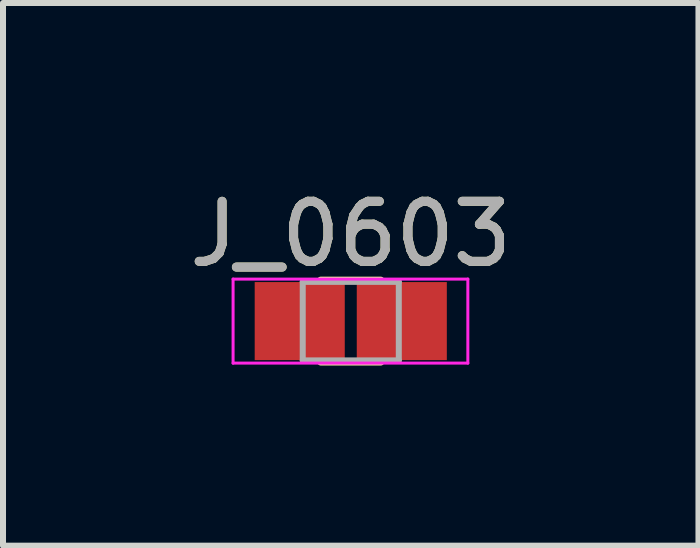
<source format=kicad_pcb>
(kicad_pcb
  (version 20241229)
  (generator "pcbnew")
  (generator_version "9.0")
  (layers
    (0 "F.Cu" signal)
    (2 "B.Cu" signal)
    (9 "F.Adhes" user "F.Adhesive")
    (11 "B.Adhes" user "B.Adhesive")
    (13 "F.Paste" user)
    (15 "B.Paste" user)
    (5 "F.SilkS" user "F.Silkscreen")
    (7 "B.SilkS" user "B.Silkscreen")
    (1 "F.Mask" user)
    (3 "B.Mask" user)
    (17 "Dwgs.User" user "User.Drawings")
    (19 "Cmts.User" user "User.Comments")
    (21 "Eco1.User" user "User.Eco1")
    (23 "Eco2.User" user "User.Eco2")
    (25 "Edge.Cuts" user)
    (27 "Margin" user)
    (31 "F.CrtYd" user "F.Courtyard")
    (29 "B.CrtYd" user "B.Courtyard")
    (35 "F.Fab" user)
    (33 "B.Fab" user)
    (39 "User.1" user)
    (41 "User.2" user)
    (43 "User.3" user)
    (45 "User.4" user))
  (footprint "J_0603"
    (layer "F.Cu")
    (at 2.792 2.298)
    (property "Reference" "J_0603" (at 0 -1.45 0) (layer "F.SilkS") (effects (font (size 1 1) (thickness 0.15))))
    (attr smd)
    (fp_line (start -0.5 -0.68) (end 0.5 -0.68) (stroke (width 0.12) (type solid)) (layer "F.SilkS"))
    (fp_line (start 0.5 0.68) (end -0.5 0.68) (stroke (width 0.12) (type solid)) (layer "F.SilkS"))
    (fp_line (start -1.96 -0.7) (end -1.96 0.7) (stroke (width 0.05) (type solid)) (layer "F.CrtYd"))
    (fp_line (start -1.96 -0.7) (end 1.95 -0.7) (stroke (width 0.05) (type solid)) (layer "F.CrtYd"))
    (fp_line (start 1.95 0.7) (end -1.96 0.7) (stroke (width 0.05) (type solid)) (layer "F.CrtYd"))
    (fp_line (start 1.95 0.7) (end 1.95 -0.7) (stroke (width 0.05) (type solid)) (layer "F.CrtYd"))
    (fp_line (start -0.8 -0.654) (end 0.8 -0.654) (stroke (width 0.1) (type solid)) (layer "F.Fab"))
    (fp_line (start -0.8 0.654) (end -0.8 -0.654) (stroke (width 0.1) (type solid)) (layer "F.Fab"))
    (fp_line (start 0.8 -0.654) (end 0.8 0.654) (stroke (width 0.1) (type solid)) (layer "F.Fab"))
    (fp_line (start 0.8 0.654) (end -0.8 0.654) (stroke (width 0.1) (type solid)) (layer "F.Fab"))
    (fp_text user "${REFERENCE}" (at 0 -1.45 0) (layer "F.Fab") (effects (font (size 1 1) (thickness 0.15))))
    (pad "1" smd rect (at -0.85 0) (size 1.5 1.3) (layers "F.Cu" "F.Mask" "F.Paste"))
    (pad "2" smd rect (at 0.85 0) (size 1.5 1.3) (layers "F.Cu" "F.Mask" "F.Paste")))
  (gr_rect
    (start -3 -3)
    (end 8.583 6.038)
    (stroke (width 0.1) (type default))
    (fill no)
    (layer "Edge.Cuts")))
</source>
